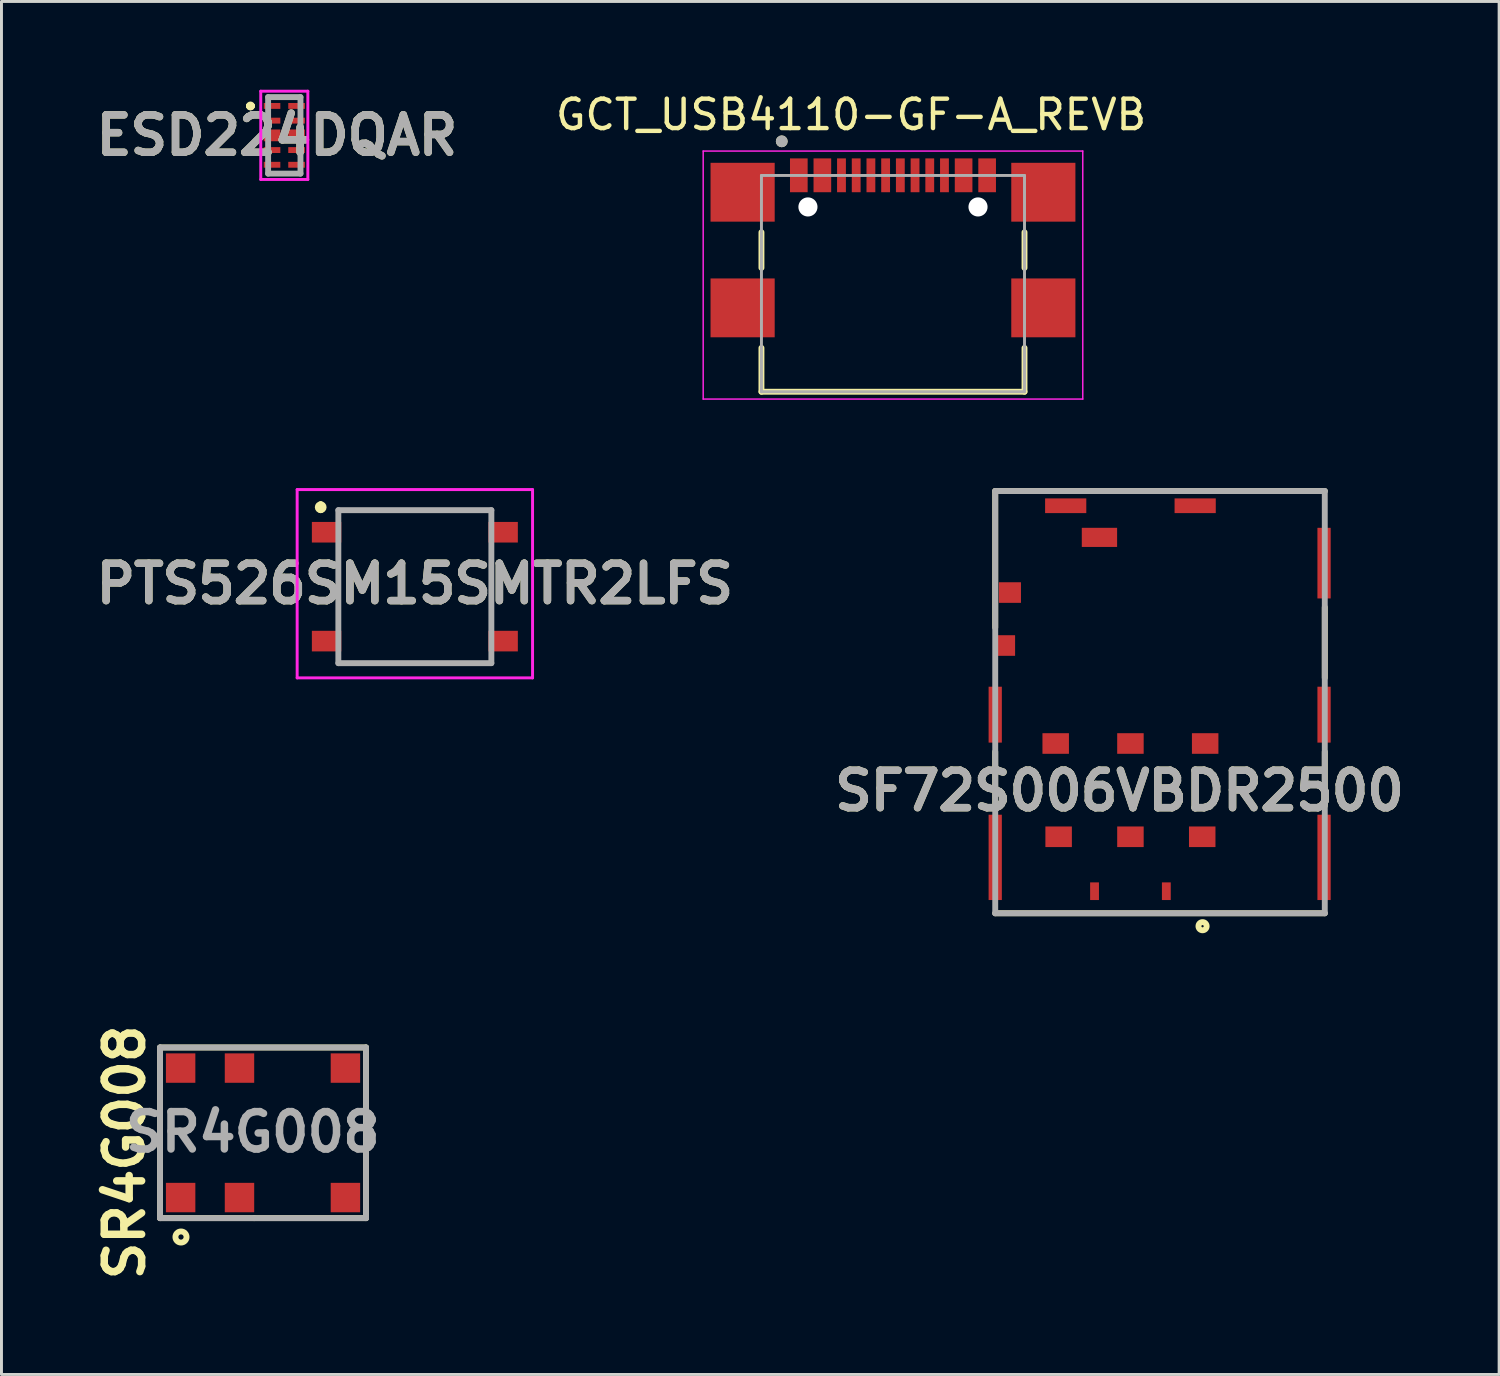
<source format=kicad_pcb>
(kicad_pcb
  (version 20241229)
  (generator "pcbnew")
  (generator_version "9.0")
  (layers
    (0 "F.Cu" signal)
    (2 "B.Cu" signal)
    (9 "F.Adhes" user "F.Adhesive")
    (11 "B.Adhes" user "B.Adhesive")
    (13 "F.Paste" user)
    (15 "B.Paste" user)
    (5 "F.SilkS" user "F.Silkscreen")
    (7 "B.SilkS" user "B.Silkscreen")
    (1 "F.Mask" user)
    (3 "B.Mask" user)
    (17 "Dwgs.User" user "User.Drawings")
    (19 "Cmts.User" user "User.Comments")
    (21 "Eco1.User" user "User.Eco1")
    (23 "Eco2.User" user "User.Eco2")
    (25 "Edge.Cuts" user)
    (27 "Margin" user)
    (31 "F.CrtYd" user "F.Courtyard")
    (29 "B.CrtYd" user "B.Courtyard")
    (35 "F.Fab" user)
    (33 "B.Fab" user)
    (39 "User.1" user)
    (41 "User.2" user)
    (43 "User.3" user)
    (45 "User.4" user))
  (footprint "ESD224DQAR"
    (layer "F.Cu")
    (at 6.612 1.55)
    (property "Reference" "ESD224DQAR" (at -0.25 0 0) (layer "F.SilkS") (effects (font (size 1.27 1.27) (thickness 0.254))))
    (attr smd)
    (fp_line (start -1.2 -1) (end -1.2 -1) (stroke (width 0.2) (type solid)) (layer "F.SilkS"))
    (fp_line (start -1.2 -1) (end -1.2 -1) (stroke (width 0.2) (type solid)) (layer "F.SilkS"))
    (fp_line (start -1.1 -1) (end -1.1 -1) (stroke (width 0.2) (type solid)) (layer "F.SilkS"))
    (fp_arc (start -1.2 -1) (mid -1.15 -1.05) (end -1.1 -1) (stroke (width 0.2) (type solid)) (layer "F.SilkS"))
    (fp_arc (start -1.1 -1) (mid -1.15 -0.95) (end -1.2 -1) (stroke (width 0.2) (type solid)) (layer "F.SilkS"))
    (fp_arc (start -1.1 -1) (mid -1.15 -0.95) (end -1.2 -1) (stroke (width 0.2) (type solid)) (layer "F.SilkS"))
    (fp_line (start -0.8 -1.5) (end 0.8 -1.5) (stroke (width 0.1) (type solid)) (layer "F.CrtYd"))
    (fp_line (start -0.8 1.5) (end -0.8 -1.5) (stroke (width 0.1) (type solid)) (layer "F.CrtYd"))
    (fp_line (start 0.8 -1.5) (end 0.8 1.5) (stroke (width 0.1) (type solid)) (layer "F.CrtYd"))
    (fp_line (start 0.8 1.5) (end -0.8 1.5) (stroke (width 0.1) (type solid)) (layer "F.CrtYd"))
    (fp_line (start -0.55 -1.3) (end -0.55 1.3) (stroke (width 0.2) (type solid)) (layer "F.Fab"))
    (fp_line (start -0.55 1.3) (end 0.55 1.3) (stroke (width 0.2) (type solid)) (layer "F.Fab"))
    (fp_line (start 0.55 -1.3) (end -0.55 -1.3) (stroke (width 0.2) (type solid)) (layer "F.Fab"))
    (fp_line (start 0.55 1.3) (end 0.55 -1.3) (stroke (width 0.2) (type solid)) (layer "F.Fab"))
    (fp_text user "${REFERENCE}" (at -0.25 0 0) (layer "F.Fab") (effects (font (size 1.27 1.27) (thickness 0.254))))
    (pad "1" smd rect (at -0.417 -1 90) (size 0.2 0.565) (layers "F.Cu" "F.Mask" "F.Paste"))
    (pad "2" smd rect (at -0.417 -0.5 90) (size 0.2 0.565) (layers "F.Cu" "F.Mask" "F.Paste"))
    (pad "3" smd rect (at -0.417 0 90) (size 0.4 0.565) (layers "F.Cu" "F.Mask" "F.Paste"))
    (pad "4" smd rect (at -0.417 0.5 90) (size 0.2 0.565) (layers "F.Cu" "F.Mask" "F.Paste"))
    (pad "5" smd rect (at -0.417 1 90) (size 0.2 0.565) (layers "F.Cu" "F.Mask" "F.Paste"))
    (pad "6" smd rect (at 0.417 1 90) (size 0.2 0.565) (layers "F.Cu" "F.Mask" "F.Paste"))
    (pad "7" smd rect (at 0.417 0.5 90) (size 0.2 0.565) (layers "F.Cu" "F.Mask" "F.Paste"))
    (pad "8" smd rect (at 0.417 0 90) (size 0.4 0.565) (layers "F.Cu" "F.Mask" "F.Paste"))
    (pad "9" smd rect (at 0.417 -0.5 90) (size 0.2 0.565) (layers "F.Cu" "F.Mask" "F.Paste"))
    (pad "10" smd rect (at 0.417 -1 90) (size 0.2 0.565) (layers "F.Cu" "F.Mask" "F.Paste")))
  (footprint "SR4G008"
    (layer "F.Cu")
    (at 5.889 35.449)
    (property "Reference" "SR4G008" (at -4.7 0.665 90) (layer "F.SilkS") (effects (font (size 1.27 1.27) (thickness 0.254))))
    (attr smd)
    (fp_line (start -3.5 -2.9) (end 3.5 -2.9) (stroke (width 0.2) (type solid)) (layer "F.SilkS"))
    (fp_line (start -3.5 2.9) (end -3.5 -2.9) (stroke (width 0.2) (type solid)) (layer "F.SilkS"))
    (fp_line (start -0.3 2.9) (end -3.5 2.9) (stroke (width 0.2) (type solid)) (layer "F.SilkS"))
    (fp_line (start 3.5 -2.9) (end 3.5 2.9) (stroke (width 0.2) (type solid)) (layer "F.SilkS"))
    (fp_line (start 3.5 2.9) (end -0.3 2.9) (stroke (width 0.2) (type solid)) (layer "F.SilkS"))
    (fp_circle (center -2.788 3.541) (end -2.788 3.63) (stroke (width 0.2) (type solid)) (fill no) (layer "F.SilkS"))
    (fp_line (start -3.5 -2.9) (end 3.5 -2.9) (stroke (width 0.2) (type solid)) (layer "F.Fab"))
    (fp_line (start -3.5 2.9) (end -3.5 -2.9) (stroke (width 0.2) (type solid)) (layer "F.Fab"))
    (fp_line (start 3.5 -2.9) (end 3.5 2.9) (stroke (width 0.2) (type solid)) (layer "F.Fab"))
    (fp_line (start 3.5 2.9) (end -3.5 2.9) (stroke (width 0.2) (type solid)) (layer "F.Fab"))
    (fp_text user "${REFERENCE}" (at -0.346 -0.025 0) (layer "F.Fab") (effects (font (size 1.27 1.27) (thickness 0.254))))
    (pad "1" smd rect (at -2.8 2.2 90) (size 1 1) (layers "F.Cu" "F.Mask" "F.Paste"))
    (pad "2" smd rect (at -0.8 2.2 90) (size 1 1) (layers "F.Cu" "F.Mask" "F.Paste"))
    (pad "3" smd rect (at 2.8 2.2 90) (size 1 1) (layers "F.Cu" "F.Mask" "F.Paste"))
    (pad "4" smd rect (at 2.8 -2.2 90) (size 1 1) (layers "F.Cu" "F.Mask" "F.Paste"))
    (pad "5" smd rect (at -0.8 -2.2 90) (size 1 1) (layers "F.Cu" "F.Mask" "F.Paste"))
    (pad "6" smd rect (at -2.8 -2.2 90) (size 1 1) (layers "F.Cu" "F.Mask" "F.Paste")))
  (footprint "SF72S006VBDR2500"
    (layer "F.Cu")
    (at 41.973 27.988)
    (property "Reference" "SF72S006VBDR2500" (at -6.975 -4.164 0) (layer "F.SilkS") (effects (font (size 1.27 1.27) (thickness 0.254))))
    (attr smd)
    (fp_line (start -11.2 -14.35) (end -11.2 -9.709) (stroke (width 0.2) (type solid)) (layer "F.SilkS"))
    (fp_line (start -11.2 -5.49) (end -11.2 -3.65) (stroke (width 0.2) (type solid)) (layer "F.SilkS"))
    (fp_line (start -11.2 0) (end 0 0) (stroke (width 0.2) (type solid)) (layer "F.SilkS"))
    (fp_line (start 0 -14.35) (end -11.2 -14.35) (stroke (width 0.2) (type solid)) (layer "F.SilkS"))
    (fp_line (start 0 -10.401) (end 0 -8) (stroke (width 0.2) (type solid)) (layer "F.SilkS"))
    (fp_line (start 0 -5.49) (end 0 -3.65) (stroke (width 0.2) (type solid)) (layer "F.SilkS"))
    (fp_circle (center -4.154 0.439) (end -4.154 0.478) (stroke (width 0.2) (type solid)) (fill no) (layer "F.SilkS"))
    (fp_line (start -11.2 -14.35) (end 0 -14.35) (stroke (width 0.2) (type solid)) (layer "F.Fab"))
    (fp_line (start -11.2 0) (end -11.2 -14.35) (stroke (width 0.2) (type solid)) (layer "F.Fab"))
    (fp_line (start 0 -14.35) (end 0 0) (stroke (width 0.2) (type solid)) (layer "F.Fab"))
    (fp_line (start 0 0) (end -11.2 0) (stroke (width 0.2) (type solid)) (layer "F.Fab"))
    (fp_text user "${REFERENCE}" (at -6.975 -4.164 0) (layer "F.Fab") (effects (font (size 1.27 1.27) (thickness 0.254))))
    (pad "1" smd rect (at -4.165 -2.6 90) (size 0.7 0.9) (layers "F.Cu" "F.Mask" "F.Paste"))
    (pad "2" smd rect (at -6.605 -2.6 90) (size 0.7 0.9) (layers "F.Cu" "F.Mask" "F.Paste"))
    (pad "3" smd rect (at -9.045 -2.6 90) (size 0.7 0.9) (layers "F.Cu" "F.Mask" "F.Paste"))
    (pad "4" smd rect (at -4.065 -5.77 90) (size 0.7 0.9) (layers "F.Cu" "F.Mask" "F.Paste"))
    (pad "5" smd rect (at -6.605 -5.77 90) (size 0.7 0.9) (layers "F.Cu" "F.Mask" "F.Paste"))
    (pad "6" smd rect (at -9.145 -5.77 90) (size 0.7 0.9) (layers "F.Cu" "F.Mask" "F.Paste"))
    (pad "7" smd rect (at -11.2 -1.9) (size 0.45 2.9) (layers "F.Cu" "F.Mask" "F.Paste"))
    (pad "8" smd rect (at -11.2 -6.75) (size 0.45 1.9) (layers "F.Cu" "F.Mask" "F.Paste"))
    (pad "9" smd rect (at -10.7 -10.9 90) (size 0.7 0.75) (layers "F.Cu" "F.Mask" "F.Paste"))
    (pad "10" smd rect (at -8.805 -13.85 90) (size 0.5 1.4) (layers "F.Cu" "F.Mask" "F.Paste"))
    (pad "11" smd rect (at -4.405 -13.85 90) (size 0.5 1.4) (layers "F.Cu" "F.Mask" "F.Paste"))
    (pad "12" smd rect (at -0.025 -11.9) (size 0.45 2.4) (layers "F.Cu" "F.Mask" "F.Paste"))
    (pad "13" smd rect (at -0.025 -6.75) (size 0.45 1.9) (layers "F.Cu" "F.Mask" "F.Paste"))
    (pad "14" smd rect (at -0.025 -1.9) (size 0.45 2.9) (layers "F.Cu" "F.Mask" "F.Paste"))
    (pad "15" smd rect (at -5.385 -0.75) (size 0.3 0.6) (layers "F.Cu" "F.Mask" "F.Paste"))
    (pad "16" smd rect (at -7.825 -0.75) (size 0.3 0.6) (layers "F.Cu" "F.Mask" "F.Paste"))
    (pad "17" smd rect (at -10.875 -9.1 90) (size 0.7 0.7) (layers "F.Cu" "F.Mask" "F.Paste"))
    (pad "18" smd rect (at -7.658 -12.775 90) (size 0.65 1.2) (layers "F.Cu" "F.Mask" "F.Paste")))
  (footprint "PTS526SM15SMTR2LFS"
    (layer "F.Cu")
    (at 11.049 16.888)
    (property "Reference" "PTS526SM15SMTR2LFS" (at 0 -0.1 0) (layer "F.SilkS") (effects (font (size 1.27 1.27) (thickness 0.254))))
    (attr smd)
    (fp_line (start -3.2 -2.8) (end -3.2 -2.8) (stroke (width 0.2) (type solid)) (layer "F.SilkS"))
    (fp_line (start -3.2 -2.6) (end -3.2 -2.6) (stroke (width 0.2) (type solid)) (layer "F.SilkS"))
    (fp_line (start -2.6 -0.5) (end -2.6 0.5) (stroke (width 0.1) (type solid)) (layer "F.SilkS"))
    (fp_line (start -1.5 -2.6) (end 1.5 -2.6) (stroke (width 0.1) (type solid)) (layer "F.SilkS"))
    (fp_line (start -1.5 2.6) (end 1.5 2.6) (stroke (width 0.1) (type solid)) (layer "F.SilkS"))
    (fp_line (start 2.6 -0.5) (end 2.6 0.5) (stroke (width 0.1) (type solid)) (layer "F.SilkS"))
    (fp_arc (start -3.2 -2.8) (mid -3.1 -2.7) (end -3.2 -2.6) (stroke (width 0.2) (type solid)) (layer "F.SilkS"))
    (fp_arc (start -3.2 -2.6) (mid -3.3 -2.7) (end -3.2 -2.8) (stroke (width 0.2) (type solid)) (layer "F.SilkS"))
    (fp_line (start -4 -3.3) (end 4 -3.3) (stroke (width 0.1) (type solid)) (layer "F.CrtYd"))
    (fp_line (start -4 3.1) (end -4 -3.3) (stroke (width 0.1) (type solid)) (layer "F.CrtYd"))
    (fp_line (start 4 -3.3) (end 4 3.1) (stroke (width 0.1) (type solid)) (layer "F.CrtYd"))
    (fp_line (start 4 3.1) (end -4 3.1) (stroke (width 0.1) (type solid)) (layer "F.CrtYd"))
    (fp_line (start -2.6 -2.6) (end 2.6 -2.6) (stroke (width 0.2) (type solid)) (layer "F.Fab"))
    (fp_line (start -2.6 2.6) (end -2.6 -2.6) (stroke (width 0.2) (type solid)) (layer "F.Fab"))
    (fp_line (start 2.6 -2.6) (end 2.6 2.6) (stroke (width 0.2) (type solid)) (layer "F.Fab"))
    (fp_line (start 2.6 2.6) (end -2.6 2.6) (stroke (width 0.2) (type solid)) (layer "F.Fab"))
    (fp_text user "${REFERENCE}" (at 0 -0.1 0) (layer "F.Fab") (effects (font (size 1.27 1.27) (thickness 0.254))))
    (pad "1" smd rect (at -3 -1.85 90) (size 0.7 1) (layers "F.Cu" "F.Mask" "F.Paste"))
    (pad "2" smd rect (at 3 -1.85 90) (size 0.7 1) (layers "F.Cu" "F.Mask" "F.Paste"))
    (pad "3" smd rect (at -3 1.85 90) (size 0.7 1) (layers "F.Cu" "F.Mask" "F.Paste"))
    (pad "4" smd rect (at 3 1.85 90) (size 0.7 1) (layers "F.Cu" "F.Mask" "F.Paste")))
  (footprint "GCT_USB4110-GF-A_REVB"
    (layer "F.Cu")
    (at 27.298 3.983)
    (property "Reference" "GCT_USB4110-GF-A_REVB" (at -1.425 -3.135 0) (layer "F.SilkS") (effects (font (size 1 1) (thickness 0.15))))
    (attr through_hole)
    (fp_line (start -4.47 0.86) (end -4.47 2.07) (stroke (width 0.2) (type solid)) (layer "F.SilkS"))
    (fp_line (start -4.47 4.79) (end -4.47 6.28) (stroke (width 0.2) (type solid)) (layer "F.SilkS"))
    (fp_line (start -4.47 6.28) (end 4.47 6.28) (stroke (width 0.2) (type solid)) (layer "F.SilkS"))
    (fp_line (start 4.47 0.86) (end 4.47 2.07) (stroke (width 0.2) (type solid)) (layer "F.SilkS"))
    (fp_line (start 4.47 6.28) (end 4.47 4.79) (stroke (width 0.2) (type solid)) (layer "F.SilkS"))
    (fp_circle (center -3.78 -2.23) (end -3.68 -2.23) (stroke (width 0.2) (type solid)) (fill no) (layer "F.SilkS"))
    (fp_line (start -6.45 -1.9) (end 6.45 -1.9) (stroke (width 0.05) (type solid)) (layer "F.CrtYd"))
    (fp_line (start -6.45 6.53) (end -6.45 -1.9) (stroke (width 0.05) (type solid)) (layer "F.CrtYd"))
    (fp_line (start 6.45 -1.9) (end 6.45 6.53) (stroke (width 0.05) (type solid)) (layer "F.CrtYd"))
    (fp_line (start 6.45 6.53) (end -6.45 6.53) (stroke (width 0.05) (type solid)) (layer "F.CrtYd"))
    (fp_line (start -4.47 -1.07) (end -4.47 6.28) (stroke (width 0.1) (type solid)) (layer "F.Fab"))
    (fp_line (start -4.47 6.28) (end 4.47 6.28) (stroke (width 0.1) (type solid)) (layer "F.Fab"))
    (fp_line (start 4.47 -1.07) (end -4.47 -1.07) (stroke (width 0.1) (type solid)) (layer "F.Fab"))
    (fp_line (start 4.47 6.28) (end 4.47 -1.07) (stroke (width 0.1) (type solid)) (layer "F.Fab"))
    (fp_circle (center -3.78 -2.23) (end -3.68 -2.23) (stroke (width 0.2) (type solid)) (fill no) (layer "F.Fab"))
    (pad "" np_thru_hole circle (at -2.89 0) (size 0.65 0.65) (drill 0.65) (layers "*.Cu" "*.Mask"))
    (pad "" np_thru_hole circle (at 2.89 0) (size 0.65 0.65) (drill 0.65) (layers "*.Cu" "*.Mask"))
    (pad "A1/B12" smd rect (at -3.2 -1.075) (size 0.6 1.15) (layers "F.Cu" "F.Mask" "F.Paste"))
    (pad "A4/B9" smd rect (at -2.4 -1.075) (size 0.6 1.15) (layers "F.Cu" "F.Mask" "F.Paste"))
    (pad "A5" smd rect (at -1.25 -1.075) (size 0.3 1.15) (layers "F.Cu" "F.Mask" "F.Paste"))
    (pad "A6" smd rect (at -0.25 -1.075) (size 0.3 1.15) (layers "F.Cu" "F.Mask" "F.Paste"))
    (pad "A7" smd rect (at 0.25 -1.075) (size 0.3 1.15) (layers "F.Cu" "F.Mask" "F.Paste"))
    (pad "A8" smd rect (at 1.25 -1.075) (size 0.3 1.15) (layers "F.Cu" "F.Mask" "F.Paste"))
    (pad "B1/A12" smd rect (at 3.2 -1.075) (size 0.6 1.15) (layers "F.Cu" "F.Mask" "F.Paste"))
    (pad "B4/A9" smd rect (at 2.4 -1.075) (size 0.6 1.15) (layers "F.Cu" "F.Mask" "F.Paste"))
    (pad "B5" smd rect (at 1.75 -1.075) (size 0.3 1.15) (layers "F.Cu" "F.Mask" "F.Paste"))
    (pad "B6" smd rect (at 0.75 -1.075) (size 0.3 1.15) (layers "F.Cu" "F.Mask" "F.Paste"))
    (pad "B7" smd rect (at -0.75 -1.075) (size 0.3 1.15) (layers "F.Cu" "F.Mask" "F.Paste"))
    (pad "B8" smd rect (at -1.75 -1.075) (size 0.3 1.15) (layers "F.Cu" "F.Mask" "F.Paste"))
    (pad "S1" smd rect (at -5.11 -0.5) (size 2.18 2) (layers "F.Cu" "F.Mask" "F.Paste"))
    (pad "S2" smd rect (at 5.11 -0.5) (size 2.18 2) (layers "F.Cu" "F.Mask" "F.Paste"))
    (pad "S3" smd rect (at -5.11 3.43) (size 2.18 2) (layers "F.Cu" "F.Mask" "F.Paste"))
    (pad "S4" smd rect (at 5.11 3.43) (size 2.18 2) (layers "F.Cu" "F.Mask" "F.Paste")))
  (gr_rect
    (start -3 -3)
    (end 47.898 43.662)
    (stroke (width 0.1) (type default))
    (fill no)
    (layer "Edge.Cuts")))
</source>
